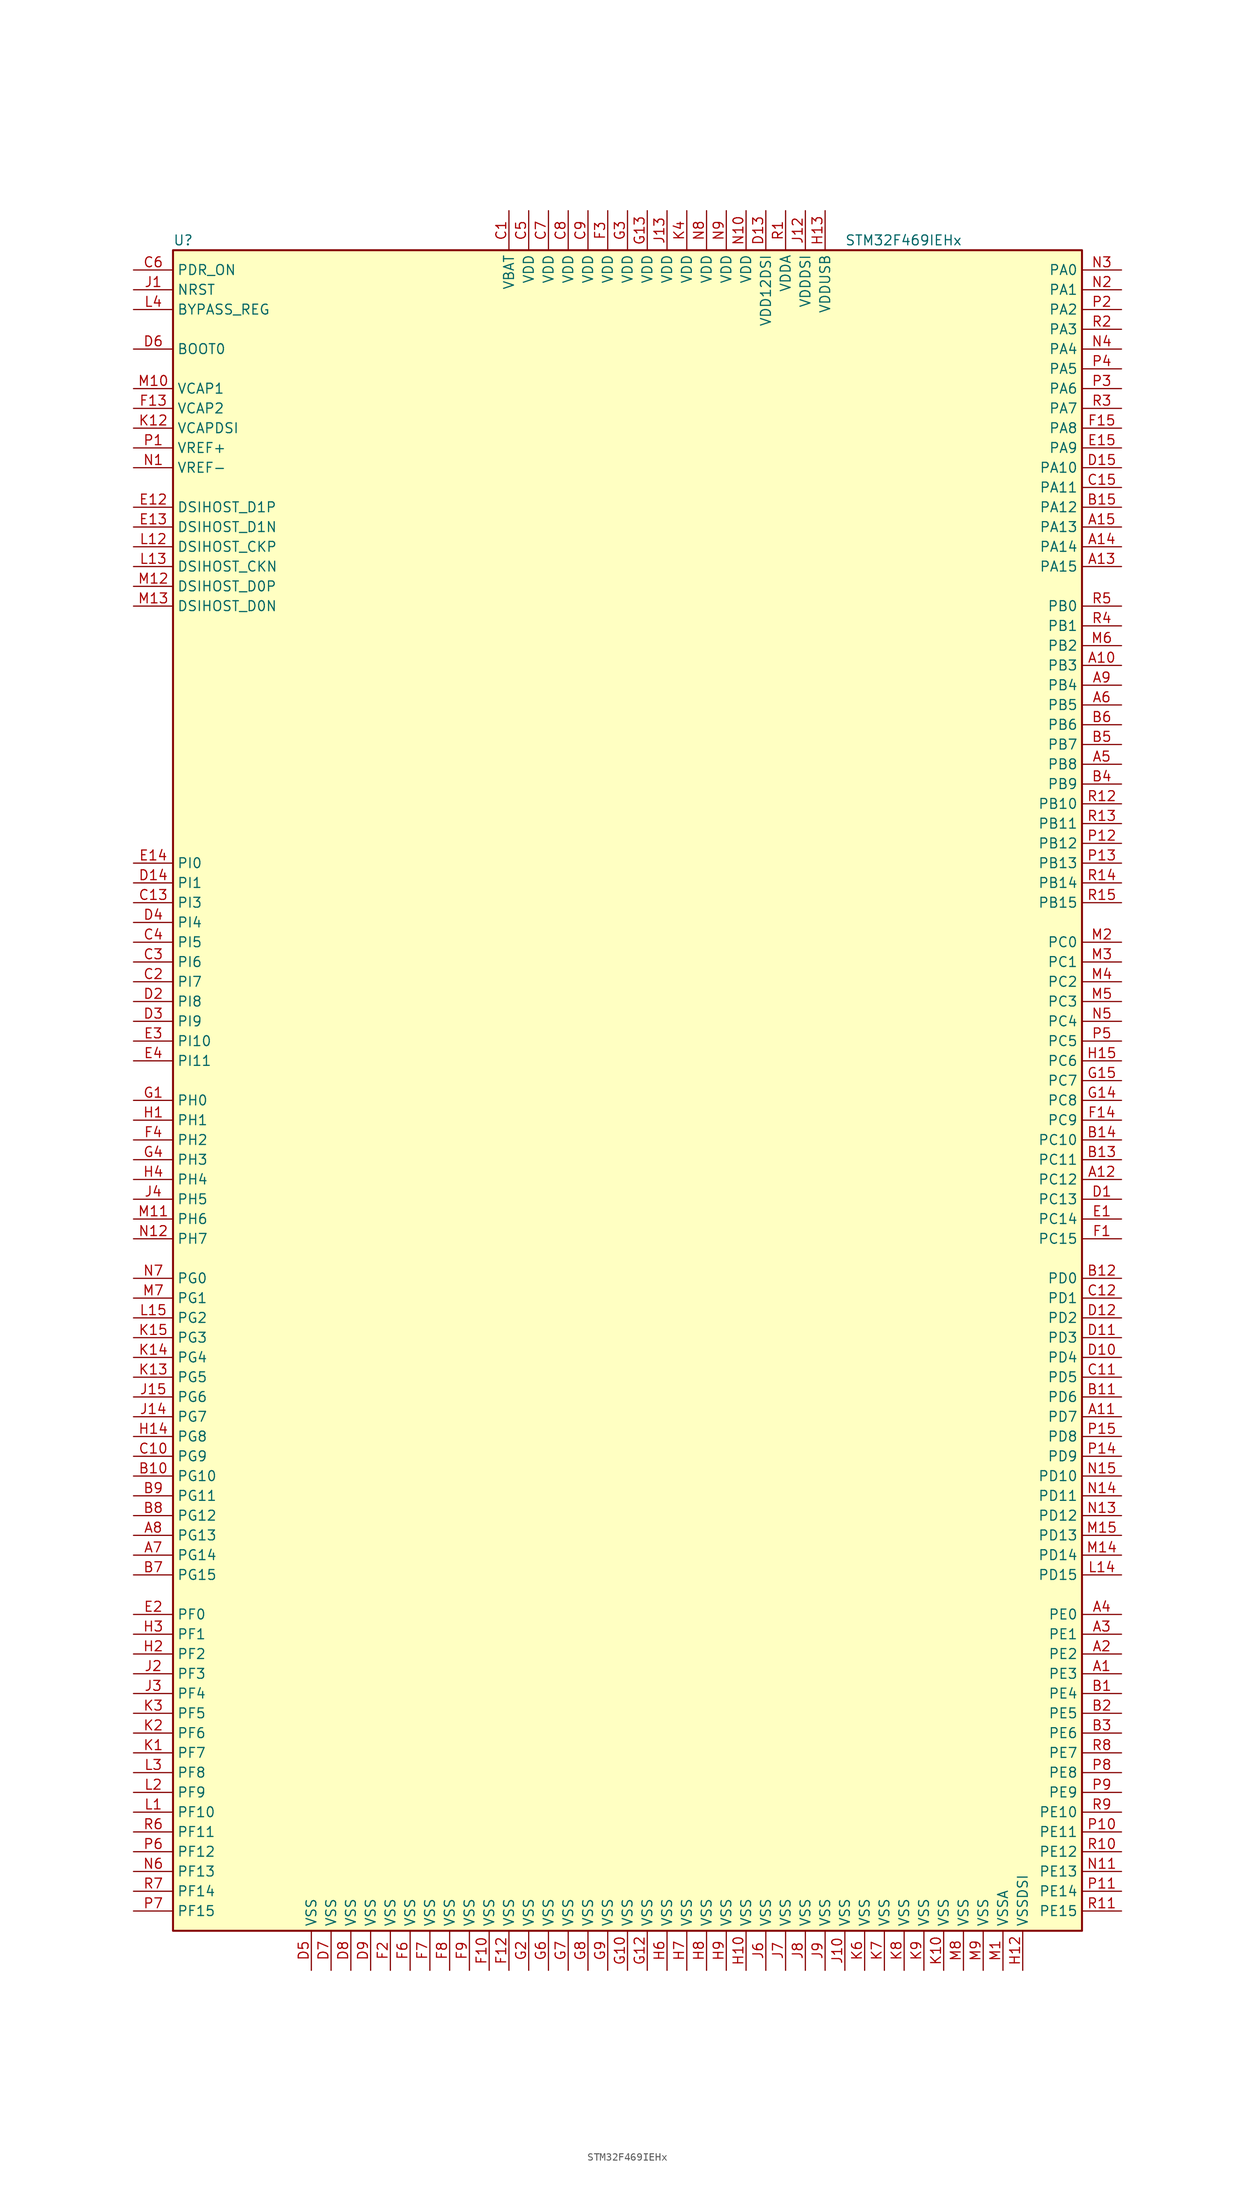
<source format=kicad_sym>
(kicad_symbol_lib
  (version 20211014)
  (generator kicad_symbol_editor)
  (symbol "STM32F469IEHx"
    (property "Reference" "U"
      (at -58.42 107.95 0)
      (effects (font (size 1.27 1.27)) (justify left)))
    (property "Value" "STM32F469IEHx"
      (at 27.94 107.95 0)
      (effects (font (size 1.27 1.27)) (justify left)))
    (symbol "STM32F469IEHx_0_1"
      (rectangle (start -58.42 -109.22) (end 58.42 106.68) (stroke (width 0.254) (type default) (color 0 0 0 0)) (fill (type background))))
    (symbol "STM32F469IEHx_1_1"
      (pin bidirectional line (at 63.5 -76.2 180) (length 5.08) (name "PE3" (effects (font (size 1.27 1.27)))) (number "A1" (effects (font (size 1.27 1.27)))))
      (pin bidirectional line (at 63.5 53.34 180) (length 5.08) (name "PB3" (effects (font (size 1.27 1.27)))) (number "A10" (effects (font (size 1.27 1.27)))))
      (pin bidirectional line (at 63.5 -43.18 180) (length 5.08) (name "PD7" (effects (font (size 1.27 1.27)))) (number "A11" (effects (font (size 1.27 1.27)))))
      (pin bidirectional line (at 63.5 -12.7 180) (length 5.08) (name "PC12" (effects (font (size 1.27 1.27)))) (number "A12" (effects (font (size 1.27 1.27)))))
      (pin bidirectional line (at 63.5 66.04 180) (length 5.08) (name "PA15" (effects (font (size 1.27 1.27)))) (number "A13" (effects (font (size 1.27 1.27)))))
      (pin bidirectional line (at 63.5 68.58 180) (length 5.08) (name "PA14" (effects (font (size 1.27 1.27)))) (number "A14" (effects (font (size 1.27 1.27)))))
      (pin bidirectional line (at 63.5 71.12 180) (length 5.08) (name "PA13" (effects (font (size 1.27 1.27)))) (number "A15" (effects (font (size 1.27 1.27)))))
      (pin bidirectional line (at 63.5 -73.66 180) (length 5.08) (name "PE2" (effects (font (size 1.27 1.27)))) (number "A2" (effects (font (size 1.27 1.27)))))
      (pin bidirectional line (at 63.5 -71.12 180) (length 5.08) (name "PE1" (effects (font (size 1.27 1.27)))) (number "A3" (effects (font (size 1.27 1.27)))))
      (pin bidirectional line (at 63.5 -68.58 180) (length 5.08) (name "PE0" (effects (font (size 1.27 1.27)))) (number "A4" (effects (font (size 1.27 1.27)))))
      (pin bidirectional line (at 63.5 40.64 180) (length 5.08) (name "PB8" (effects (font (size 1.27 1.27)))) (number "A5" (effects (font (size 1.27 1.27)))))
      (pin bidirectional line (at 63.5 48.26 180) (length 5.08) (name "PB5" (effects (font (size 1.27 1.27)))) (number "A6" (effects (font (size 1.27 1.27)))))
      (pin bidirectional line (at -63.5 -60.96 0) (length 5.08) (name "PG14" (effects (font (size 1.27 1.27)))) (number "A7" (effects (font (size 1.27 1.27)))))
      (pin bidirectional line (at -63.5 -58.42 0) (length 5.08) (name "PG13" (effects (font (size 1.27 1.27)))) (number "A8" (effects (font (size 1.27 1.27)))))
      (pin bidirectional line (at 63.5 50.8 180) (length 5.08) (name "PB4" (effects (font (size 1.27 1.27)))) (number "A9" (effects (font (size 1.27 1.27)))))
      (pin bidirectional line (at 63.5 -78.74 180) (length 5.08) (name "PE4" (effects (font (size 1.27 1.27)))) (number "B1" (effects (font (size 1.27 1.27)))))
      (pin bidirectional line (at -63.5 -50.8 0) (length 5.08) (name "PG10" (effects (font (size 1.27 1.27)))) (number "B10" (effects (font (size 1.27 1.27)))))
      (pin bidirectional line (at 63.5 -40.64 180) (length 5.08) (name "PD6" (effects (font (size 1.27 1.27)))) (number "B11" (effects (font (size 1.27 1.27)))))
      (pin bidirectional line (at 63.5 -25.4 180) (length 5.08) (name "PD0" (effects (font (size 1.27 1.27)))) (number "B12" (effects (font (size 1.27 1.27)))))
      (pin bidirectional line (at 63.5 -10.16 180) (length 5.08) (name "PC11" (effects (font (size 1.27 1.27)))) (number "B13" (effects (font (size 1.27 1.27)))))
      (pin bidirectional line (at 63.5 -7.62 180) (length 5.08) (name "PC10" (effects (font (size 1.27 1.27)))) (number "B14" (effects (font (size 1.27 1.27)))))
      (pin bidirectional line (at 63.5 73.66 180) (length 5.08) (name "PA12" (effects (font (size 1.27 1.27)))) (number "B15" (effects (font (size 1.27 1.27)))))
      (pin bidirectional line (at 63.5 -81.28 180) (length 5.08) (name "PE5" (effects (font (size 1.27 1.27)))) (number "B2" (effects (font (size 1.27 1.27)))))
      (pin bidirectional line (at 63.5 -83.82 180) (length 5.08) (name "PE6" (effects (font (size 1.27 1.27)))) (number "B3" (effects (font (size 1.27 1.27)))))
      (pin bidirectional line (at 63.5 38.1 180) (length 5.08) (name "PB9" (effects (font (size 1.27 1.27)))) (number "B4" (effects (font (size 1.27 1.27)))))
      (pin bidirectional line (at 63.5 43.18 180) (length 5.08) (name "PB7" (effects (font (size 1.27 1.27)))) (number "B5" (effects (font (size 1.27 1.27)))))
      (pin bidirectional line (at 63.5 45.72 180) (length 5.08) (name "PB6" (effects (font (size 1.27 1.27)))) (number "B6" (effects (font (size 1.27 1.27)))))
      (pin bidirectional line (at -63.5 -63.5 0) (length 5.08) (name "PG15" (effects (font (size 1.27 1.27)))) (number "B7" (effects (font (size 1.27 1.27)))))
      (pin bidirectional line (at -63.5 -55.88 0) (length 5.08) (name "PG12" (effects (font (size 1.27 1.27)))) (number "B8" (effects (font (size 1.27 1.27)))))
      (pin bidirectional line (at -63.5 -53.34 0) (length 5.08) (name "PG11" (effects (font (size 1.27 1.27)))) (number "B9" (effects (font (size 1.27 1.27)))))
      (pin power_in line (at -15.24 111.76 270) (length 5.08) (name "VBAT" (effects (font (size 1.27 1.27)))) (number "C1" (effects (font (size 1.27 1.27)))))
      (pin bidirectional line (at -63.5 -48.26 0) (length 5.08) (name "PG9" (effects (font (size 1.27 1.27)))) (number "C10" (effects (font (size 1.27 1.27)))))
      (pin bidirectional line (at 63.5 -38.1 180) (length 5.08) (name "PD5" (effects (font (size 1.27 1.27)))) (number "C11" (effects (font (size 1.27 1.27)))))
      (pin bidirectional line (at 63.5 -27.94 180) (length 5.08) (name "PD1" (effects (font (size 1.27 1.27)))) (number "C12" (effects (font (size 1.27 1.27)))))
      (pin bidirectional line (at -63.5 22.86 0) (length 5.08) (name "PI3" (effects (font (size 1.27 1.27)))) (number "C13" (effects (font (size 1.27 1.27)))))
      (pin no_connect line (at -58.42 -106.68 0) (length 5.08) hide (name "NC" (effects (font (size 1.27 1.27)))) (number "C14" (effects (font (size 1.27 1.27)))))
      (pin bidirectional line (at 63.5 76.2 180) (length 5.08) (name "PA11" (effects (font (size 1.27 1.27)))) (number "C15" (effects (font (size 1.27 1.27)))))
      (pin bidirectional line (at -63.5 12.7 0) (length 5.08) (name "PI7" (effects (font (size 1.27 1.27)))) (number "C2" (effects (font (size 1.27 1.27)))))
      (pin bidirectional line (at -63.5 15.24 0) (length 5.08) (name "PI6" (effects (font (size 1.27 1.27)))) (number "C3" (effects (font (size 1.27 1.27)))))
      (pin bidirectional line (at -63.5 17.78 0) (length 5.08) (name "PI5" (effects (font (size 1.27 1.27)))) (number "C4" (effects (font (size 1.27 1.27)))))
      (pin power_in line (at -12.7 111.76 270) (length 5.08) (name "VDD" (effects (font (size 1.27 1.27)))) (number "C5" (effects (font (size 1.27 1.27)))))
      (pin input line (at -63.5 104.14 0) (length 5.08) (name "PDR_ON" (effects (font (size 1.27 1.27)))) (number "C6" (effects (font (size 1.27 1.27)))))
      (pin power_in line (at -10.16 111.76 270) (length 5.08) (name "VDD" (effects (font (size 1.27 1.27)))) (number "C7" (effects (font (size 1.27 1.27)))))
      (pin power_in line (at -7.62 111.76 270) (length 5.08) (name "VDD" (effects (font (size 1.27 1.27)))) (number "C8" (effects (font (size 1.27 1.27)))))
      (pin power_in line (at -5.08 111.76 270) (length 5.08) (name "VDD" (effects (font (size 1.27 1.27)))) (number "C9" (effects (font (size 1.27 1.27)))))
      (pin bidirectional line (at 63.5 -15.24 180) (length 5.08) (name "PC13" (effects (font (size 1.27 1.27)))) (number "D1" (effects (font (size 1.27 1.27)))))
      (pin bidirectional line (at 63.5 -35.56 180) (length 5.08) (name "PD4" (effects (font (size 1.27 1.27)))) (number "D10" (effects (font (size 1.27 1.27)))))
      (pin bidirectional line (at 63.5 -33.02 180) (length 5.08) (name "PD3" (effects (font (size 1.27 1.27)))) (number "D11" (effects (font (size 1.27 1.27)))))
      (pin bidirectional line (at 63.5 -30.48 180) (length 5.08) (name "PD2" (effects (font (size 1.27 1.27)))) (number "D12" (effects (font (size 1.27 1.27)))))
      (pin power_in line (at 17.78 111.76 270) (length 5.08) (name "VDD12DSI" (effects (font (size 1.27 1.27)))) (number "D13" (effects (font (size 1.27 1.27)))))
      (pin bidirectional line (at -63.5 25.4 0) (length 5.08) (name "PI1" (effects (font (size 1.27 1.27)))) (number "D14" (effects (font (size 1.27 1.27)))))
      (pin bidirectional line (at 63.5 78.74 180) (length 5.08) (name "PA10" (effects (font (size 1.27 1.27)))) (number "D15" (effects (font (size 1.27 1.27)))))
      (pin bidirectional line (at -63.5 10.16 0) (length 5.08) (name "PI8" (effects (font (size 1.27 1.27)))) (number "D2" (effects (font (size 1.27 1.27)))))
      (pin bidirectional line (at -63.5 7.62 0) (length 5.08) (name "PI9" (effects (font (size 1.27 1.27)))) (number "D3" (effects (font (size 1.27 1.27)))))
      (pin bidirectional line (at -63.5 20.32 0) (length 5.08) (name "PI4" (effects (font (size 1.27 1.27)))) (number "D4" (effects (font (size 1.27 1.27)))))
      (pin power_in line (at -40.64 -114.3 90) (length 5.08) (name "VSS" (effects (font (size 1.27 1.27)))) (number "D5" (effects (font (size 1.27 1.27)))))
      (pin input line (at -63.5 93.98 0) (length 5.08) (name "BOOT0" (effects (font (size 1.27 1.27)))) (number "D6" (effects (font (size 1.27 1.27)))))
      (pin power_in line (at -38.1 -114.3 90) (length 5.08) (name "VSS" (effects (font (size 1.27 1.27)))) (number "D7" (effects (font (size 1.27 1.27)))))
      (pin power_in line (at -35.56 -114.3 90) (length 5.08) (name "VSS" (effects (font (size 1.27 1.27)))) (number "D8" (effects (font (size 1.27 1.27)))))
      (pin power_in line (at -33.02 -114.3 90) (length 5.08) (name "VSS" (effects (font (size 1.27 1.27)))) (number "D9" (effects (font (size 1.27 1.27)))))
      (pin bidirectional line (at 63.5 -17.78 180) (length 5.08) (name "PC14" (effects (font (size 1.27 1.27)))) (number "E1" (effects (font (size 1.27 1.27)))))
      (pin bidirectional line (at -63.5 73.66 0) (length 5.08) (name "DSIHOST_D1P" (effects (font (size 1.27 1.27)))) (number "E12" (effects (font (size 1.27 1.27)))))
      (pin bidirectional line (at -63.5 71.12 0) (length 5.08) (name "DSIHOST_D1N" (effects (font (size 1.27 1.27)))) (number "E13" (effects (font (size 1.27 1.27)))))
      (pin bidirectional line (at -63.5 27.94 0) (length 5.08) (name "PI0" (effects (font (size 1.27 1.27)))) (number "E14" (effects (font (size 1.27 1.27)))))
      (pin bidirectional line (at 63.5 81.28 180) (length 5.08) (name "PA9" (effects (font (size 1.27 1.27)))) (number "E15" (effects (font (size 1.27 1.27)))))
      (pin bidirectional line (at -63.5 -68.58 0) (length 5.08) (name "PF0" (effects (font (size 1.27 1.27)))) (number "E2" (effects (font (size 1.27 1.27)))))
      (pin bidirectional line (at -63.5 5.08 0) (length 5.08) (name "PI10" (effects (font (size 1.27 1.27)))) (number "E3" (effects (font (size 1.27 1.27)))))
      (pin bidirectional line (at -63.5 2.54 0) (length 5.08) (name "PI11" (effects (font (size 1.27 1.27)))) (number "E4" (effects (font (size 1.27 1.27)))))
      (pin bidirectional line (at 63.5 -20.32 180) (length 5.08) (name "PC15" (effects (font (size 1.27 1.27)))) (number "F1" (effects (font (size 1.27 1.27)))))
      (pin power_in line (at -17.78 -114.3 90) (length 5.08) (name "VSS" (effects (font (size 1.27 1.27)))) (number "F10" (effects (font (size 1.27 1.27)))))
      (pin power_in line (at -15.24 -114.3 90) (length 5.08) (name "VSS" (effects (font (size 1.27 1.27)))) (number "F12" (effects (font (size 1.27 1.27)))))
      (pin power_in line (at -63.5 86.36 0) (length 5.08) (name "VCAP2" (effects (font (size 1.27 1.27)))) (number "F13" (effects (font (size 1.27 1.27)))))
      (pin bidirectional line (at 63.5 -5.08 180) (length 5.08) (name "PC9" (effects (font (size 1.27 1.27)))) (number "F14" (effects (font (size 1.27 1.27)))))
      (pin bidirectional line (at 63.5 83.82 180) (length 5.08) (name "PA8" (effects (font (size 1.27 1.27)))) (number "F15" (effects (font (size 1.27 1.27)))))
      (pin power_in line (at -30.48 -114.3 90) (length 5.08) (name "VSS" (effects (font (size 1.27 1.27)))) (number "F2" (effects (font (size 1.27 1.27)))))
      (pin power_in line (at -2.54 111.76 270) (length 5.08) (name "VDD" (effects (font (size 1.27 1.27)))) (number "F3" (effects (font (size 1.27 1.27)))))
      (pin bidirectional line (at -63.5 -7.62 0) (length 5.08) (name "PH2" (effects (font (size 1.27 1.27)))) (number "F4" (effects (font (size 1.27 1.27)))))
      (pin power_in line (at -27.94 -114.3 90) (length 5.08) (name "VSS" (effects (font (size 1.27 1.27)))) (number "F6" (effects (font (size 1.27 1.27)))))
      (pin power_in line (at -25.4 -114.3 90) (length 5.08) (name "VSS" (effects (font (size 1.27 1.27)))) (number "F7" (effects (font (size 1.27 1.27)))))
      (pin power_in line (at -22.86 -114.3 90) (length 5.08) (name "VSS" (effects (font (size 1.27 1.27)))) (number "F8" (effects (font (size 1.27 1.27)))))
      (pin power_in line (at -20.32 -114.3 90) (length 5.08) (name "VSS" (effects (font (size 1.27 1.27)))) (number "F9" (effects (font (size 1.27 1.27)))))
      (pin input line (at -63.5 -2.54 0) (length 5.08) (name "PH0" (effects (font (size 1.27 1.27)))) (number "G1" (effects (font (size 1.27 1.27)))))
      (pin power_in line (at 0 -114.3 90) (length 5.08) (name "VSS" (effects (font (size 1.27 1.27)))) (number "G10" (effects (font (size 1.27 1.27)))))
      (pin power_in line (at 2.54 -114.3 90) (length 5.08) (name "VSS" (effects (font (size 1.27 1.27)))) (number "G12" (effects (font (size 1.27 1.27)))))
      (pin power_in line (at 2.54 111.76 270) (length 5.08) (name "VDD" (effects (font (size 1.27 1.27)))) (number "G13" (effects (font (size 1.27 1.27)))))
      (pin bidirectional line (at 63.5 -2.54 180) (length 5.08) (name "PC8" (effects (font (size 1.27 1.27)))) (number "G14" (effects (font (size 1.27 1.27)))))
      (pin bidirectional line (at 63.5 0 180) (length 5.08) (name "PC7" (effects (font (size 1.27 1.27)))) (number "G15" (effects (font (size 1.27 1.27)))))
      (pin power_in line (at -12.7 -114.3 90) (length 5.08) (name "VSS" (effects (font (size 1.27 1.27)))) (number "G2" (effects (font (size 1.27 1.27)))))
      (pin power_in line (at 0 111.76 270) (length 5.08) (name "VDD" (effects (font (size 1.27 1.27)))) (number "G3" (effects (font (size 1.27 1.27)))))
      (pin bidirectional line (at -63.5 -10.16 0) (length 5.08) (name "PH3" (effects (font (size 1.27 1.27)))) (number "G4" (effects (font (size 1.27 1.27)))))
      (pin power_in line (at -10.16 -114.3 90) (length 5.08) (name "VSS" (effects (font (size 1.27 1.27)))) (number "G6" (effects (font (size 1.27 1.27)))))
      (pin power_in line (at -7.62 -114.3 90) (length 5.08) (name "VSS" (effects (font (size 1.27 1.27)))) (number "G7" (effects (font (size 1.27 1.27)))))
      (pin power_in line (at -5.08 -114.3 90) (length 5.08) (name "VSS" (effects (font (size 1.27 1.27)))) (number "G8" (effects (font (size 1.27 1.27)))))
      (pin power_in line (at -2.54 -114.3 90) (length 5.08) (name "VSS" (effects (font (size 1.27 1.27)))) (number "G9" (effects (font (size 1.27 1.27)))))
      (pin input line (at -63.5 -5.08 0) (length 5.08) (name "PH1" (effects (font (size 1.27 1.27)))) (number "H1" (effects (font (size 1.27 1.27)))))
      (pin power_in line (at 15.24 -114.3 90) (length 5.08) (name "VSS" (effects (font (size 1.27 1.27)))) (number "H10" (effects (font (size 1.27 1.27)))))
      (pin power_in line (at 50.8 -114.3 90) (length 5.08) (name "VSSDSI" (effects (font (size 1.27 1.27)))) (number "H12" (effects (font (size 1.27 1.27)))))
      (pin power_in line (at 25.4 111.76 270) (length 5.08) (name "VDDUSB" (effects (font (size 1.27 1.27)))) (number "H13" (effects (font (size 1.27 1.27)))))
      (pin bidirectional line (at -63.5 -45.72 0) (length 5.08) (name "PG8" (effects (font (size 1.27 1.27)))) (number "H14" (effects (font (size 1.27 1.27)))))
      (pin bidirectional line (at 63.5 2.54 180) (length 5.08) (name "PC6" (effects (font (size 1.27 1.27)))) (number "H15" (effects (font (size 1.27 1.27)))))
      (pin bidirectional line (at -63.5 -73.66 0) (length 5.08) (name "PF2" (effects (font (size 1.27 1.27)))) (number "H2" (effects (font (size 1.27 1.27)))))
      (pin bidirectional line (at -63.5 -71.12 0) (length 5.08) (name "PF1" (effects (font (size 1.27 1.27)))) (number "H3" (effects (font (size 1.27 1.27)))))
      (pin bidirectional line (at -63.5 -12.7 0) (length 5.08) (name "PH4" (effects (font (size 1.27 1.27)))) (number "H4" (effects (font (size 1.27 1.27)))))
      (pin power_in line (at 5.08 -114.3 90) (length 5.08) (name "VSS" (effects (font (size 1.27 1.27)))) (number "H6" (effects (font (size 1.27 1.27)))))
      (pin power_in line (at 7.62 -114.3 90) (length 5.08) (name "VSS" (effects (font (size 1.27 1.27)))) (number "H7" (effects (font (size 1.27 1.27)))))
      (pin power_in line (at 10.16 -114.3 90) (length 5.08) (name "VSS" (effects (font (size 1.27 1.27)))) (number "H8" (effects (font (size 1.27 1.27)))))
      (pin power_in line (at 12.7 -114.3 90) (length 5.08) (name "VSS" (effects (font (size 1.27 1.27)))) (number "H9" (effects (font (size 1.27 1.27)))))
      (pin input line (at -63.5 101.6 0) (length 5.08) (name "NRST" (effects (font (size 1.27 1.27)))) (number "J1" (effects (font (size 1.27 1.27)))))
      (pin power_in line (at 27.94 -114.3 90) (length 5.08) (name "VSS" (effects (font (size 1.27 1.27)))) (number "J10" (effects (font (size 1.27 1.27)))))
      (pin power_in line (at 22.86 111.76 270) (length 5.08) (name "VDDDSI" (effects (font (size 1.27 1.27)))) (number "J12" (effects (font (size 1.27 1.27)))))
      (pin power_in line (at 5.08 111.76 270) (length 5.08) (name "VDD" (effects (font (size 1.27 1.27)))) (number "J13" (effects (font (size 1.27 1.27)))))
      (pin bidirectional line (at -63.5 -43.18 0) (length 5.08) (name "PG7" (effects (font (size 1.27 1.27)))) (number "J14" (effects (font (size 1.27 1.27)))))
      (pin bidirectional line (at -63.5 -40.64 0) (length 5.08) (name "PG6" (effects (font (size 1.27 1.27)))) (number "J15" (effects (font (size 1.27 1.27)))))
      (pin bidirectional line (at -63.5 -76.2 0) (length 5.08) (name "PF3" (effects (font (size 1.27 1.27)))) (number "J2" (effects (font (size 1.27 1.27)))))
      (pin bidirectional line (at -63.5 -78.74 0) (length 5.08) (name "PF4" (effects (font (size 1.27 1.27)))) (number "J3" (effects (font (size 1.27 1.27)))))
      (pin bidirectional line (at -63.5 -15.24 0) (length 5.08) (name "PH5" (effects (font (size 1.27 1.27)))) (number "J4" (effects (font (size 1.27 1.27)))))
      (pin power_in line (at 17.78 -114.3 90) (length 5.08) (name "VSS" (effects (font (size 1.27 1.27)))) (number "J6" (effects (font (size 1.27 1.27)))))
      (pin power_in line (at 20.32 -114.3 90) (length 5.08) (name "VSS" (effects (font (size 1.27 1.27)))) (number "J7" (effects (font (size 1.27 1.27)))))
      (pin power_in line (at 22.86 -114.3 90) (length 5.08) (name "VSS" (effects (font (size 1.27 1.27)))) (number "J8" (effects (font (size 1.27 1.27)))))
      (pin power_in line (at 25.4 -114.3 90) (length 5.08) (name "VSS" (effects (font (size 1.27 1.27)))) (number "J9" (effects (font (size 1.27 1.27)))))
      (pin bidirectional line (at -63.5 -86.36 0) (length 5.08) (name "PF7" (effects (font (size 1.27 1.27)))) (number "K1" (effects (font (size 1.27 1.27)))))
      (pin power_in line (at 40.64 -114.3 90) (length 5.08) (name "VSS" (effects (font (size 1.27 1.27)))) (number "K10" (effects (font (size 1.27 1.27)))))
      (pin power_in line (at -63.5 83.82 0) (length 5.08) (name "VCAPDSI" (effects (font (size 1.27 1.27)))) (number "K12" (effects (font (size 1.27 1.27)))))
      (pin bidirectional line (at -63.5 -38.1 0) (length 5.08) (name "PG5" (effects (font (size 1.27 1.27)))) (number "K13" (effects (font (size 1.27 1.27)))))
      (pin bidirectional line (at -63.5 -35.56 0) (length 5.08) (name "PG4" (effects (font (size 1.27 1.27)))) (number "K14" (effects (font (size 1.27 1.27)))))
      (pin bidirectional line (at -63.5 -33.02 0) (length 5.08) (name "PG3" (effects (font (size 1.27 1.27)))) (number "K15" (effects (font (size 1.27 1.27)))))
      (pin bidirectional line (at -63.5 -83.82 0) (length 5.08) (name "PF6" (effects (font (size 1.27 1.27)))) (number "K2" (effects (font (size 1.27 1.27)))))
      (pin bidirectional line (at -63.5 -81.28 0) (length 5.08) (name "PF5" (effects (font (size 1.27 1.27)))) (number "K3" (effects (font (size 1.27 1.27)))))
      (pin power_in line (at 7.62 111.76 270) (length 5.08) (name "VDD" (effects (font (size 1.27 1.27)))) (number "K4" (effects (font (size 1.27 1.27)))))
      (pin power_in line (at 30.48 -114.3 90) (length 5.08) (name "VSS" (effects (font (size 1.27 1.27)))) (number "K6" (effects (font (size 1.27 1.27)))))
      (pin power_in line (at 33.02 -114.3 90) (length 5.08) (name "VSS" (effects (font (size 1.27 1.27)))) (number "K7" (effects (font (size 1.27 1.27)))))
      (pin power_in line (at 35.56 -114.3 90) (length 5.08) (name "VSS" (effects (font (size 1.27 1.27)))) (number "K8" (effects (font (size 1.27 1.27)))))
      (pin power_in line (at 38.1 -114.3 90) (length 5.08) (name "VSS" (effects (font (size 1.27 1.27)))) (number "K9" (effects (font (size 1.27 1.27)))))
      (pin bidirectional line (at -63.5 -93.98 0) (length 5.08) (name "PF10" (effects (font (size 1.27 1.27)))) (number "L1" (effects (font (size 1.27 1.27)))))
      (pin bidirectional line (at -63.5 68.58 0) (length 5.08) (name "DSIHOST_CKP" (effects (font (size 1.27 1.27)))) (number "L12" (effects (font (size 1.27 1.27)))))
      (pin bidirectional line (at -63.5 66.04 0) (length 5.08) (name "DSIHOST_CKN" (effects (font (size 1.27 1.27)))) (number "L13" (effects (font (size 1.27 1.27)))))
      (pin bidirectional line (at 63.5 -63.5 180) (length 5.08) (name "PD15" (effects (font (size 1.27 1.27)))) (number "L14" (effects (font (size 1.27 1.27)))))
      (pin bidirectional line (at -63.5 -30.48 0) (length 5.08) (name "PG2" (effects (font (size 1.27 1.27)))) (number "L15" (effects (font (size 1.27 1.27)))))
      (pin bidirectional line (at -63.5 -91.44 0) (length 5.08) (name "PF9" (effects (font (size 1.27 1.27)))) (number "L2" (effects (font (size 1.27 1.27)))))
      (pin bidirectional line (at -63.5 -88.9 0) (length 5.08) (name "PF8" (effects (font (size 1.27 1.27)))) (number "L3" (effects (font (size 1.27 1.27)))))
      (pin input line (at -63.5 99.06 0) (length 5.08) (name "BYPASS_REG" (effects (font (size 1.27 1.27)))) (number "L4" (effects (font (size 1.27 1.27)))))
      (pin power_in line (at 48.26 -114.3 90) (length 5.08) (name "VSSA" (effects (font (size 1.27 1.27)))) (number "M1" (effects (font (size 1.27 1.27)))))
      (pin power_in line (at -63.5 88.9 0) (length 5.08) (name "VCAP1" (effects (font (size 1.27 1.27)))) (number "M10" (effects (font (size 1.27 1.27)))))
      (pin bidirectional line (at -63.5 -17.78 0) (length 5.08) (name "PH6" (effects (font (size 1.27 1.27)))) (number "M11" (effects (font (size 1.27 1.27)))))
      (pin bidirectional line (at -63.5 63.5 0) (length 5.08) (name "DSIHOST_D0P" (effects (font (size 1.27 1.27)))) (number "M12" (effects (font (size 1.27 1.27)))))
      (pin bidirectional line (at -63.5 60.96 0) (length 5.08) (name "DSIHOST_D0N" (effects (font (size 1.27 1.27)))) (number "M13" (effects (font (size 1.27 1.27)))))
      (pin bidirectional line (at 63.5 -60.96 180) (length 5.08) (name "PD14" (effects (font (size 1.27 1.27)))) (number "M14" (effects (font (size 1.27 1.27)))))
      (pin bidirectional line (at 63.5 -58.42 180) (length 5.08) (name "PD13" (effects (font (size 1.27 1.27)))) (number "M15" (effects (font (size 1.27 1.27)))))
      (pin bidirectional line (at 63.5 17.78 180) (length 5.08) (name "PC0" (effects (font (size 1.27 1.27)))) (number "M2" (effects (font (size 1.27 1.27)))))
      (pin bidirectional line (at 63.5 15.24 180) (length 5.08) (name "PC1" (effects (font (size 1.27 1.27)))) (number "M3" (effects (font (size 1.27 1.27)))))
      (pin bidirectional line (at 63.5 12.7 180) (length 5.08) (name "PC2" (effects (font (size 1.27 1.27)))) (number "M4" (effects (font (size 1.27 1.27)))))
      (pin bidirectional line (at 63.5 10.16 180) (length 5.08) (name "PC3" (effects (font (size 1.27 1.27)))) (number "M5" (effects (font (size 1.27 1.27)))))
      (pin bidirectional line (at 63.5 55.88 180) (length 5.08) (name "PB2" (effects (font (size 1.27 1.27)))) (number "M6" (effects (font (size 1.27 1.27)))))
      (pin bidirectional line (at -63.5 -27.94 0) (length 5.08) (name "PG1" (effects (font (size 1.27 1.27)))) (number "M7" (effects (font (size 1.27 1.27)))))
      (pin power_in line (at 43.18 -114.3 90) (length 5.08) (name "VSS" (effects (font (size 1.27 1.27)))) (number "M8" (effects (font (size 1.27 1.27)))))
      (pin power_in line (at 45.72 -114.3 90) (length 5.08) (name "VSS" (effects (font (size 1.27 1.27)))) (number "M9" (effects (font (size 1.27 1.27)))))
      (pin power_in line (at -63.5 78.74 0) (length 5.08) (name "VREF-" (effects (font (size 1.27 1.27)))) (number "N1" (effects (font (size 1.27 1.27)))))
      (pin power_in line (at 15.24 111.76 270) (length 5.08) (name "VDD" (effects (font (size 1.27 1.27)))) (number "N10" (effects (font (size 1.27 1.27)))))
      (pin bidirectional line (at 63.5 -101.6 180) (length 5.08) (name "PE13" (effects (font (size 1.27 1.27)))) (number "N11" (effects (font (size 1.27 1.27)))))
      (pin bidirectional line (at -63.5 -20.32 0) (length 5.08) (name "PH7" (effects (font (size 1.27 1.27)))) (number "N12" (effects (font (size 1.27 1.27)))))
      (pin bidirectional line (at 63.5 -55.88 180) (length 5.08) (name "PD12" (effects (font (size 1.27 1.27)))) (number "N13" (effects (font (size 1.27 1.27)))))
      (pin bidirectional line (at 63.5 -53.34 180) (length 5.08) (name "PD11" (effects (font (size 1.27 1.27)))) (number "N14" (effects (font (size 1.27 1.27)))))
      (pin bidirectional line (at 63.5 -50.8 180) (length 5.08) (name "PD10" (effects (font (size 1.27 1.27)))) (number "N15" (effects (font (size 1.27 1.27)))))
      (pin bidirectional line (at 63.5 101.6 180) (length 5.08) (name "PA1" (effects (font (size 1.27 1.27)))) (number "N2" (effects (font (size 1.27 1.27)))))
      (pin bidirectional line (at 63.5 104.14 180) (length 5.08) (name "PA0" (effects (font (size 1.27 1.27)))) (number "N3" (effects (font (size 1.27 1.27)))))
      (pin bidirectional line (at 63.5 93.98 180) (length 5.08) (name "PA4" (effects (font (size 1.27 1.27)))) (number "N4" (effects (font (size 1.27 1.27)))))
      (pin bidirectional line (at 63.5 7.62 180) (length 5.08) (name "PC4" (effects (font (size 1.27 1.27)))) (number "N5" (effects (font (size 1.27 1.27)))))
      (pin bidirectional line (at -63.5 -101.6 0) (length 5.08) (name "PF13" (effects (font (size 1.27 1.27)))) (number "N6" (effects (font (size 1.27 1.27)))))
      (pin bidirectional line (at -63.5 -25.4 0) (length 5.08) (name "PG0" (effects (font (size 1.27 1.27)))) (number "N7" (effects (font (size 1.27 1.27)))))
      (pin power_in line (at 10.16 111.76 270) (length 5.08) (name "VDD" (effects (font (size 1.27 1.27)))) (number "N8" (effects (font (size 1.27 1.27)))))
      (pin power_in line (at 12.7 111.76 270) (length 5.08) (name "VDD" (effects (font (size 1.27 1.27)))) (number "N9" (effects (font (size 1.27 1.27)))))
      (pin power_in line (at -63.5 81.28 0) (length 5.08) (name "VREF+" (effects (font (size 1.27 1.27)))) (number "P1" (effects (font (size 1.27 1.27)))))
      (pin bidirectional line (at 63.5 -96.52 180) (length 5.08) (name "PE11" (effects (font (size 1.27 1.27)))) (number "P10" (effects (font (size 1.27 1.27)))))
      (pin bidirectional line (at 63.5 -104.14 180) (length 5.08) (name "PE14" (effects (font (size 1.27 1.27)))) (number "P11" (effects (font (size 1.27 1.27)))))
      (pin bidirectional line (at 63.5 30.48 180) (length 5.08) (name "PB12" (effects (font (size 1.27 1.27)))) (number "P12" (effects (font (size 1.27 1.27)))))
      (pin bidirectional line (at 63.5 27.94 180) (length 5.08) (name "PB13" (effects (font (size 1.27 1.27)))) (number "P13" (effects (font (size 1.27 1.27)))))
      (pin bidirectional line (at 63.5 -48.26 180) (length 5.08) (name "PD9" (effects (font (size 1.27 1.27)))) (number "P14" (effects (font (size 1.27 1.27)))))
      (pin bidirectional line (at 63.5 -45.72 180) (length 5.08) (name "PD8" (effects (font (size 1.27 1.27)))) (number "P15" (effects (font (size 1.27 1.27)))))
      (pin bidirectional line (at 63.5 99.06 180) (length 5.08) (name "PA2" (effects (font (size 1.27 1.27)))) (number "P2" (effects (font (size 1.27 1.27)))))
      (pin bidirectional line (at 63.5 88.9 180) (length 5.08) (name "PA6" (effects (font (size 1.27 1.27)))) (number "P3" (effects (font (size 1.27 1.27)))))
      (pin bidirectional line (at 63.5 91.44 180) (length 5.08) (name "PA5" (effects (font (size 1.27 1.27)))) (number "P4" (effects (font (size 1.27 1.27)))))
      (pin bidirectional line (at 63.5 5.08 180) (length 5.08) (name "PC5" (effects (font (size 1.27 1.27)))) (number "P5" (effects (font (size 1.27 1.27)))))
      (pin bidirectional line (at -63.5 -99.06 0) (length 5.08) (name "PF12" (effects (font (size 1.27 1.27)))) (number "P6" (effects (font (size 1.27 1.27)))))
      (pin bidirectional line (at -63.5 -106.68 0) (length 5.08) (name "PF15" (effects (font (size 1.27 1.27)))) (number "P7" (effects (font (size 1.27 1.27)))))
      (pin bidirectional line (at 63.5 -88.9 180) (length 5.08) (name "PE8" (effects (font (size 1.27 1.27)))) (number "P8" (effects (font (size 1.27 1.27)))))
      (pin bidirectional line (at 63.5 -91.44 180) (length 5.08) (name "PE9" (effects (font (size 1.27 1.27)))) (number "P9" (effects (font (size 1.27 1.27)))))
      (pin power_in line (at 20.32 111.76 270) (length 5.08) (name "VDDA" (effects (font (size 1.27 1.27)))) (number "R1" (effects (font (size 1.27 1.27)))))
      (pin bidirectional line (at 63.5 -99.06 180) (length 5.08) (name "PE12" (effects (font (size 1.27 1.27)))) (number "R10" (effects (font (size 1.27 1.27)))))
      (pin bidirectional line (at 63.5 -106.68 180) (length 5.08) (name "PE15" (effects (font (size 1.27 1.27)))) (number "R11" (effects (font (size 1.27 1.27)))))
      (pin bidirectional line (at 63.5 35.56 180) (length 5.08) (name "PB10" (effects (font (size 1.27 1.27)))) (number "R12" (effects (font (size 1.27 1.27)))))
      (pin bidirectional line (at 63.5 33.02 180) (length 5.08) (name "PB11" (effects (font (size 1.27 1.27)))) (number "R13" (effects (font (size 1.27 1.27)))))
      (pin bidirectional line (at 63.5 25.4 180) (length 5.08) (name "PB14" (effects (font (size 1.27 1.27)))) (number "R14" (effects (font (size 1.27 1.27)))))
      (pin bidirectional line (at 63.5 22.86 180) (length 5.08) (name "PB15" (effects (font (size 1.27 1.27)))) (number "R15" (effects (font (size 1.27 1.27)))))
      (pin bidirectional line (at 63.5 96.52 180) (length 5.08) (name "PA3" (effects (font (size 1.27 1.27)))) (number "R2" (effects (font (size 1.27 1.27)))))
      (pin bidirectional line (at 63.5 86.36 180) (length 5.08) (name "PA7" (effects (font (size 1.27 1.27)))) (number "R3" (effects (font (size 1.27 1.27)))))
      (pin bidirectional line (at 63.5 58.42 180) (length 5.08) (name "PB1" (effects (font (size 1.27 1.27)))) (number "R4" (effects (font (size 1.27 1.27)))))
      (pin bidirectional line (at 63.5 60.96 180) (length 5.08) (name "PB0" (effects (font (size 1.27 1.27)))) (number "R5" (effects (font (size 1.27 1.27)))))
      (pin bidirectional line (at -63.5 -96.52 0) (length 5.08) (name "PF11" (effects (font (size 1.27 1.27)))) (number "R6" (effects (font (size 1.27 1.27)))))
      (pin bidirectional line (at -63.5 -104.14 0) (length 5.08) (name "PF14" (effects (font (size 1.27 1.27)))) (number "R7" (effects (font (size 1.27 1.27)))))
      (pin bidirectional line (at 63.5 -86.36 180) (length 5.08) (name "PE7" (effects (font (size 1.27 1.27)))) (number "R8" (effects (font (size 1.27 1.27)))))
      (pin bidirectional line (at 63.5 -93.98 180) (length 5.08) (name "PE10" (effects (font (size 1.27 1.27)))) (number "R9" (effects (font (size 1.27 1.27))))))))
</source>
